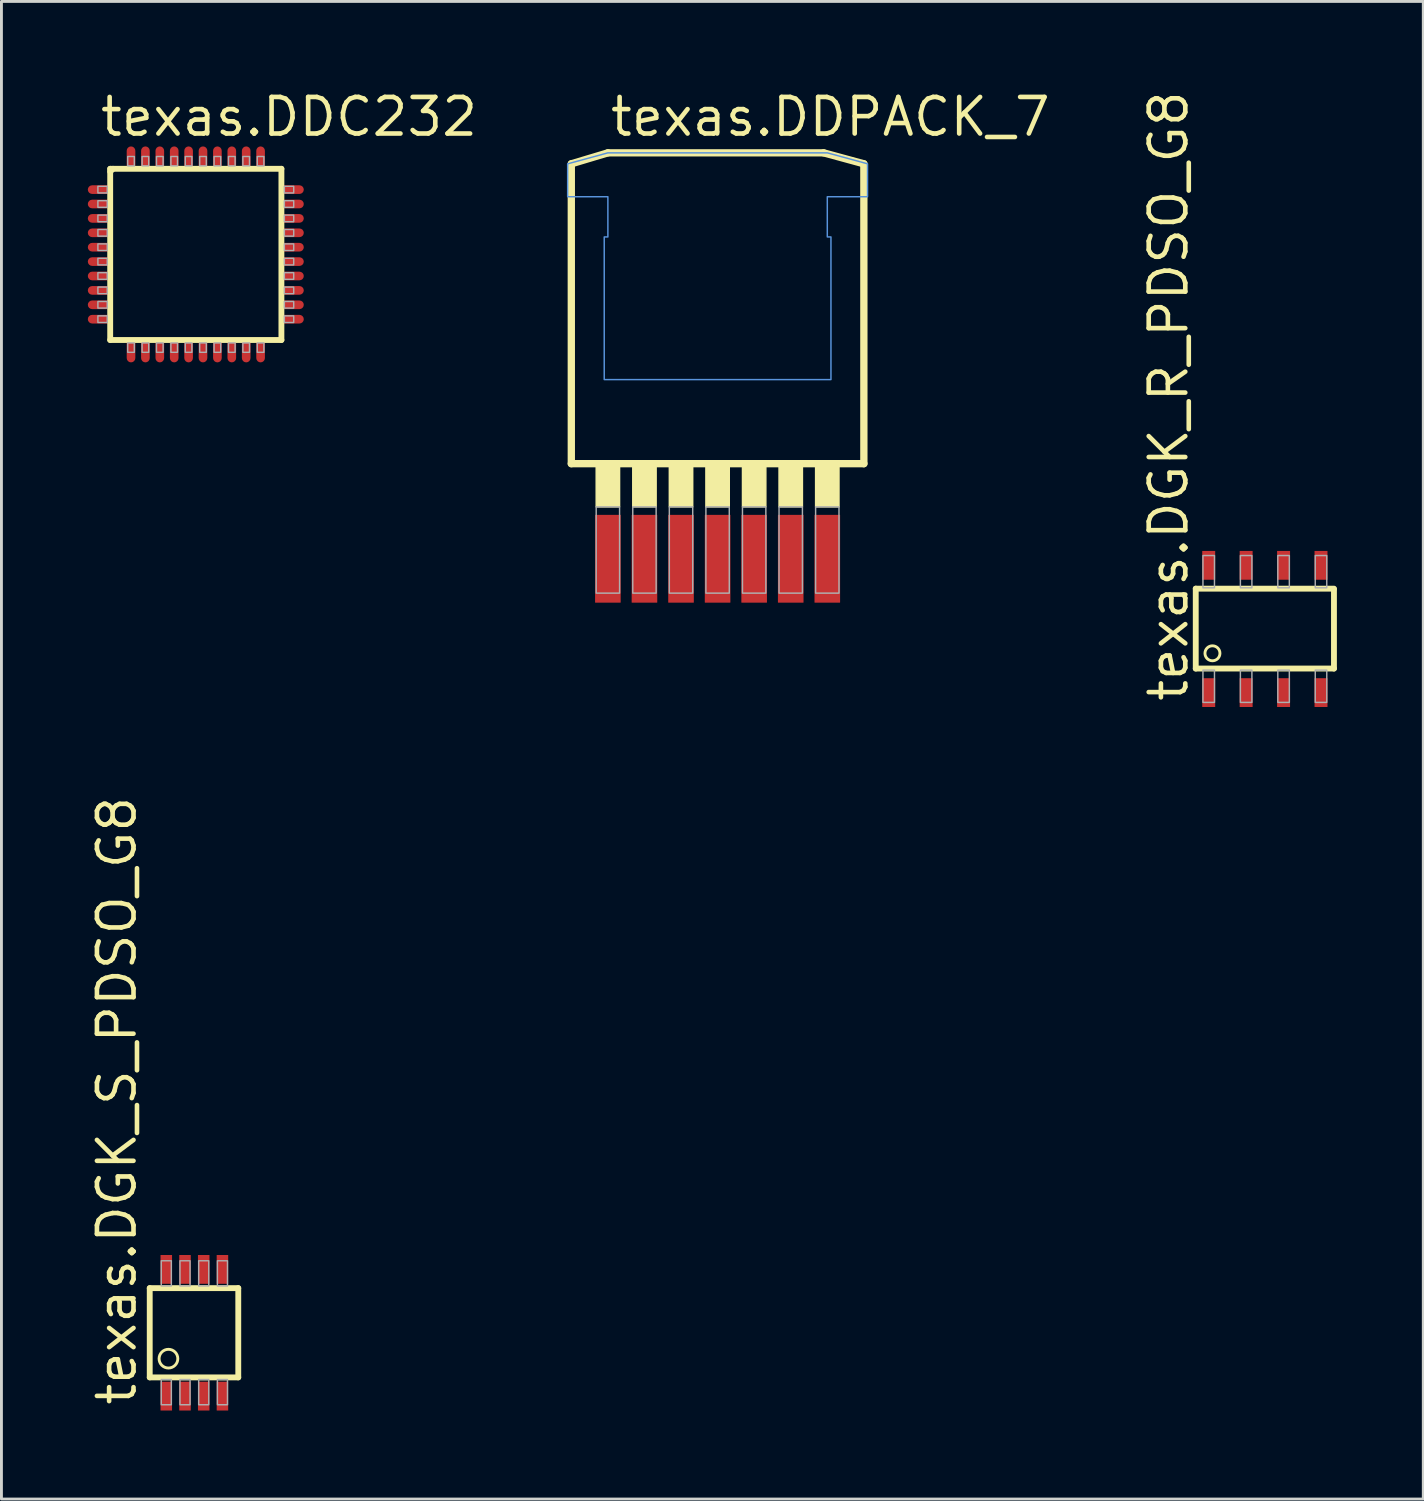
<source format=kicad_pcb>
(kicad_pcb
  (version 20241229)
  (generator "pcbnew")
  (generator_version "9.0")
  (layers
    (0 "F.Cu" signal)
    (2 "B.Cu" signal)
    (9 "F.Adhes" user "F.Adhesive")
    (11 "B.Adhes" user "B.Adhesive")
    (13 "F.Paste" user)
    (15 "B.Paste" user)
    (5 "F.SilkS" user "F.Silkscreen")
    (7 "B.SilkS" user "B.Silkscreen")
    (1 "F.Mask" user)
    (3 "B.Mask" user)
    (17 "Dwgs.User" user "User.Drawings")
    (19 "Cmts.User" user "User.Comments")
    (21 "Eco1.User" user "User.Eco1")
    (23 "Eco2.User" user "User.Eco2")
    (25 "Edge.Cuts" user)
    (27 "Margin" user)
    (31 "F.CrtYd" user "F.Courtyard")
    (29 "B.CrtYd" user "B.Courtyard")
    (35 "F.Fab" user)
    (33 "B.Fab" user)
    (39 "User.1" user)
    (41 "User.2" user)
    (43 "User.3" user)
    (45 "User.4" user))
  (footprint "texas.DGK_R_PDSO_G8"
    (layer "F.Cu")
    (at 40.877 18.793)
    (property "Reference" "texas.DGK_R_PDSO_G8" (at -2.6 2.6 90) (layer "F.SilkS") (effects (font (size 1.27 1.27) (thickness 0.16)) (justify left bottom)))
    (attr smd)
    (fp_line (start -2.4 -1.4) (end 2.4 -1.4) (stroke (width 0.203) (type default)) (layer "F.SilkS"))
    (fp_line (start -2.4 1.375) (end -2.4 -1.4) (stroke (width 0.203) (type default)) (layer "F.SilkS"))
    (fp_line (start 2.4 -1.375) (end 2.4 1.375) (stroke (width 0.203) (type default)) (layer "F.SilkS"))
    (fp_line (start 2.4 1.375) (end -2.4 1.375) (stroke (width 0.203) (type default)) (layer "F.SilkS"))
    (fp_circle (center -1.82 0.845) (end -1.56 0.845) (stroke (width 0.1) (type default)) (fill no) (layer "F.SilkS"))
    (fp_rect (start -2.15 -1.43) (end -1.75 -2.55) (stroke (width 0.05) (type default)) (fill no) (layer "F.Fab"))
    (fp_rect (start -2.15 2.55) (end -1.75 1.43) (stroke (width 0.05) (type default)) (fill no) (layer "F.Fab"))
    (fp_rect (start -0.85 -1.43) (end -0.45 -2.55) (stroke (width 0.05) (type default)) (fill no) (layer "F.Fab"))
    (fp_rect (start -0.85 2.55) (end -0.45 1.43) (stroke (width 0.05) (type default)) (fill no) (layer "F.Fab"))
    (fp_rect (start 0.45 -1.43) (end 0.85 -2.55) (stroke (width 0.05) (type default)) (fill no) (layer "F.Fab"))
    (fp_rect (start 0.45 2.55) (end 0.85 1.43) (stroke (width 0.05) (type default)) (fill no) (layer "F.Fab"))
    (fp_rect (start 1.75 -1.43) (end 2.15 -2.55) (stroke (width 0.05) (type default)) (fill no) (layer "F.Fab"))
    (fp_rect (start 1.75 2.55) (end 2.15 1.43) (stroke (width 0.05) (type default)) (fill no) (layer "F.Fab"))
    (pad "1" smd roundrect (at -1.95 2.21) (size 0.45 1) (layers "F.Cu" "F.Mask" "F.Paste") (roundrect_rratio 0.01))
    (pad "2" smd roundrect (at -0.65 2.21) (size 0.45 1) (layers "F.Cu" "F.Mask" "F.Paste") (roundrect_rratio 0.01))
    (pad "3" smd roundrect (at 0.65 2.21) (size 0.45 1) (layers "F.Cu" "F.Mask" "F.Paste") (roundrect_rratio 0.01))
    (pad "4" smd roundrect (at 1.95 2.21) (size 0.45 1) (layers "F.Cu" "F.Mask" "F.Paste") (roundrect_rratio 0.01))
    (pad "5" smd roundrect (at 1.95 -2.21) (size 0.45 1) (layers "F.Cu" "F.Mask" "F.Paste") (roundrect_rratio 0.01))
    (pad "6" smd roundrect (at 0.65 -2.21) (size 0.45 1) (layers "F.Cu" "F.Mask" "F.Paste") (roundrect_rratio 0.01))
    (pad "7" smd roundrect (at -0.65 -2.21) (size 0.45 1) (layers "F.Cu" "F.Mask" "F.Paste") (roundrect_rratio 0.01))
    (pad "8" smd roundrect (at -1.95 -2.21) (size 0.45 1) (layers "F.Cu" "F.Mask" "F.Paste") (roundrect_rratio 0.01)))
  (footprint "texas.DDC232"
    (layer "F.Cu")
    (at 3.75 5.785)
    (property "Reference" "texas.DDC232" (at -3.4 -4.035 0) (layer "F.SilkS") (effects (font (size 1.27 1.27) (thickness 0.16)) (justify left bottom)))
    (attr smd)
    (fp_line (start -2.973 -2.973) (end -2.973 2.973) (stroke (width 0.203) (type default)) (layer "F.SilkS"))
    (fp_line (start -2.973 -2.875) (end -2.875 -2.973) (stroke (width 0.203) (type default)) (layer "F.SilkS"))
    (fp_line (start -2.973 2.973) (end 2.973 2.973) (stroke (width 0.203) (type default)) (layer "F.SilkS"))
    (fp_line (start 2.973 -2.973) (end -2.973 -2.973) (stroke (width 0.203) (type default)) (layer "F.SilkS"))
    (fp_line (start 2.973 2.973) (end 2.973 -2.973) (stroke (width 0.203) (type default)) (layer "F.SilkS"))
    (fp_rect (start -3.4 -2.135) (end -3.075 -2.365) (stroke (width 0.05) (type default)) (fill no) (layer "F.Fab"))
    (fp_rect (start -3.4 -1.635) (end -3.075 -1.865) (stroke (width 0.05) (type default)) (fill no) (layer "F.Fab"))
    (fp_rect (start -3.4 -1.135) (end -3.075 -1.365) (stroke (width 0.05) (type default)) (fill no) (layer "F.Fab"))
    (fp_rect (start -3.4 -0.635) (end -3.075 -0.865) (stroke (width 0.05) (type default)) (fill no) (layer "F.Fab"))
    (fp_rect (start -3.4 -0.135) (end -3.075 -0.365) (stroke (width 0.05) (type default)) (fill no) (layer "F.Fab"))
    (fp_rect (start -3.4 0.365) (end -3.075 0.135) (stroke (width 0.05) (type default)) (fill no) (layer "F.Fab"))
    (fp_rect (start -3.4 0.865) (end -3.075 0.635) (stroke (width 0.05) (type default)) (fill no) (layer "F.Fab"))
    (fp_rect (start -3.4 1.365) (end -3.075 1.135) (stroke (width 0.05) (type default)) (fill no) (layer "F.Fab"))
    (fp_rect (start -3.4 1.865) (end -3.075 1.635) (stroke (width 0.05) (type default)) (fill no) (layer "F.Fab"))
    (fp_rect (start -3.4 2.365) (end -3.075 2.135) (stroke (width 0.05) (type default)) (fill no) (layer "F.Fab"))
    (fp_rect (start -2.365 -3.075) (end -2.135 -3.4) (stroke (width 0.05) (type default)) (fill no) (layer "F.Fab"))
    (fp_rect (start -2.365 3.4) (end -2.135 3.075) (stroke (width 0.05) (type default)) (fill no) (layer "F.Fab"))
    (fp_rect (start -1.865 -3.075) (end -1.635 -3.4) (stroke (width 0.05) (type default)) (fill no) (layer "F.Fab"))
    (fp_rect (start -1.865 3.4) (end -1.635 3.075) (stroke (width 0.05) (type default)) (fill no) (layer "F.Fab"))
    (fp_rect (start -1.365 -3.075) (end -1.135 -3.4) (stroke (width 0.05) (type default)) (fill no) (layer "F.Fab"))
    (fp_rect (start -1.365 3.4) (end -1.135 3.075) (stroke (width 0.05) (type default)) (fill no) (layer "F.Fab"))
    (fp_rect (start -0.865 -3.075) (end -0.635 -3.4) (stroke (width 0.05) (type default)) (fill no) (layer "F.Fab"))
    (fp_rect (start -0.865 3.4) (end -0.635 3.075) (stroke (width 0.05) (type default)) (fill no) (layer "F.Fab"))
    (fp_rect (start -0.365 -3.075) (end -0.135 -3.4) (stroke (width 0.05) (type default)) (fill no) (layer "F.Fab"))
    (fp_rect (start -0.365 3.4) (end -0.135 3.075) (stroke (width 0.05) (type default)) (fill no) (layer "F.Fab"))
    (fp_rect (start 0.135 -3.075) (end 0.365 -3.4) (stroke (width 0.05) (type default)) (fill no) (layer "F.Fab"))
    (fp_rect (start 0.135 3.4) (end 0.365 3.075) (stroke (width 0.05) (type default)) (fill no) (layer "F.Fab"))
    (fp_rect (start 0.635 -3.075) (end 0.865 -3.4) (stroke (width 0.05) (type default)) (fill no) (layer "F.Fab"))
    (fp_rect (start 0.635 3.4) (end 0.865 3.075) (stroke (width 0.05) (type default)) (fill no) (layer "F.Fab"))
    (fp_rect (start 1.135 -3.075) (end 1.365 -3.4) (stroke (width 0.05) (type default)) (fill no) (layer "F.Fab"))
    (fp_rect (start 1.135 3.4) (end 1.365 3.075) (stroke (width 0.05) (type default)) (fill no) (layer "F.Fab"))
    (fp_rect (start 1.635 -3.075) (end 1.865 -3.4) (stroke (width 0.05) (type default)) (fill no) (layer "F.Fab"))
    (fp_rect (start 1.635 3.4) (end 1.865 3.075) (stroke (width 0.05) (type default)) (fill no) (layer "F.Fab"))
    (fp_rect (start 2.135 -3.075) (end 2.365 -3.4) (stroke (width 0.05) (type default)) (fill no) (layer "F.Fab"))
    (fp_rect (start 2.135 3.4) (end 2.365 3.075) (stroke (width 0.05) (type default)) (fill no) (layer "F.Fab"))
    (fp_rect (start 3.075 -2.135) (end 3.4 -2.365) (stroke (width 0.05) (type default)) (fill no) (layer "F.Fab"))
    (fp_rect (start 3.075 -1.635) (end 3.4 -1.865) (stroke (width 0.05) (type default)) (fill no) (layer "F.Fab"))
    (fp_rect (start 3.075 -1.135) (end 3.4 -1.365) (stroke (width 0.05) (type default)) (fill no) (layer "F.Fab"))
    (fp_rect (start 3.075 -0.635) (end 3.4 -0.865) (stroke (width 0.05) (type default)) (fill no) (layer "F.Fab"))
    (fp_rect (start 3.075 -0.135) (end 3.4 -0.365) (stroke (width 0.05) (type default)) (fill no) (layer "F.Fab"))
    (fp_rect (start 3.075 0.365) (end 3.4 0.135) (stroke (width 0.05) (type default)) (fill no) (layer "F.Fab"))
    (fp_rect (start 3.075 0.865) (end 3.4 0.635) (stroke (width 0.05) (type default)) (fill no) (layer "F.Fab"))
    (fp_rect (start 3.075 1.365) (end 3.4 1.135) (stroke (width 0.05) (type default)) (fill no) (layer "F.Fab"))
    (fp_rect (start 3.075 1.865) (end 3.4 1.635) (stroke (width 0.05) (type default)) (fill no) (layer "F.Fab"))
    (fp_rect (start 3.075 2.365) (end 3.4 2.135) (stroke (width 0.05) (type default)) (fill no) (layer "F.Fab"))
    (pad "1" smd roundrect (at -3.325 -2.25) (size 0.85 0.3) (layers "F.Cu" "F.Mask" "F.Paste") (roundrect_rratio 0.5))
    (pad "2" smd roundrect (at -3.325 -1.75) (size 0.85 0.3) (layers "F.Cu" "F.Mask" "F.Paste") (roundrect_rratio 0.5))
    (pad "3" smd roundrect (at -3.325 -1.25) (size 0.85 0.3) (layers "F.Cu" "F.Mask" "F.Paste") (roundrect_rratio 0.5))
    (pad "4" smd roundrect (at -3.325 -0.75) (size 0.85 0.3) (layers "F.Cu" "F.Mask" "F.Paste") (roundrect_rratio 0.5))
    (pad "5" smd roundrect (at -3.325 -0.25) (size 0.85 0.3) (layers "F.Cu" "F.Mask" "F.Paste") (roundrect_rratio 0.5))
    (pad "6" smd roundrect (at -3.325 0.25) (size 0.85 0.3) (layers "F.Cu" "F.Mask" "F.Paste") (roundrect_rratio 0.5))
    (pad "7" smd roundrect (at -3.325 0.75) (size 0.85 0.3) (layers "F.Cu" "F.Mask" "F.Paste") (roundrect_rratio 0.5))
    (pad "8" smd roundrect (at -3.325 1.25) (size 0.85 0.3) (layers "F.Cu" "F.Mask" "F.Paste") (roundrect_rratio 0.5))
    (pad "9" smd roundrect (at -3.325 1.75) (size 0.85 0.3) (layers "F.Cu" "F.Mask" "F.Paste") (roundrect_rratio 0.5))
    (pad "10" smd roundrect (at -3.325 2.25) (size 0.85 0.3) (layers "F.Cu" "F.Mask" "F.Paste") (roundrect_rratio 0.5))
    (pad "11" smd roundrect (at -2.25 3.325) (size 0.3 0.85) (layers "F.Cu" "F.Mask" "F.Paste") (roundrect_rratio 0.5))
    (pad "12" smd roundrect (at -1.75 3.325) (size 0.3 0.85) (layers "F.Cu" "F.Mask" "F.Paste") (roundrect_rratio 0.5))
    (pad "13" smd roundrect (at -1.25 3.325) (size 0.3 0.85) (layers "F.Cu" "F.Mask" "F.Paste") (roundrect_rratio 0.5))
    (pad "14" smd roundrect (at -0.75 3.325) (size 0.3 0.85) (layers "F.Cu" "F.Mask" "F.Paste") (roundrect_rratio 0.5))
    (pad "15" smd roundrect (at -0.25 3.325) (size 0.3 0.85) (layers "F.Cu" "F.Mask" "F.Paste") (roundrect_rratio 0.5))
    (pad "16" smd roundrect (at 0.25 3.325) (size 0.3 0.85) (layers "F.Cu" "F.Mask" "F.Paste") (roundrect_rratio 0.5))
    (pad "17" smd roundrect (at 0.75 3.325) (size 0.3 0.85) (layers "F.Cu" "F.Mask" "F.Paste") (roundrect_rratio 0.5))
    (pad "18" smd roundrect (at 1.25 3.325) (size 0.3 0.85) (layers "F.Cu" "F.Mask" "F.Paste") (roundrect_rratio 0.5))
    (pad "19" smd roundrect (at 1.75 3.325) (size 0.3 0.85) (layers "F.Cu" "F.Mask" "F.Paste") (roundrect_rratio 0.5))
    (pad "20" smd roundrect (at 2.25 3.325) (size 0.3 0.85) (layers "F.Cu" "F.Mask" "F.Paste") (roundrect_rratio 0.5))
    (pad "21" smd roundrect (at 3.325 2.25) (size 0.85 0.3) (layers "F.Cu" "F.Mask" "F.Paste") (roundrect_rratio 0.5))
    (pad "22" smd roundrect (at 3.325 1.75) (size 0.85 0.3) (layers "F.Cu" "F.Mask" "F.Paste") (roundrect_rratio 0.5))
    (pad "23" smd roundrect (at 3.325 1.25) (size 0.85 0.3) (layers "F.Cu" "F.Mask" "F.Paste") (roundrect_rratio 0.5))
    (pad "24" smd roundrect (at 3.325 0.75) (size 0.85 0.3) (layers "F.Cu" "F.Mask" "F.Paste") (roundrect_rratio 0.5))
    (pad "25" smd roundrect (at 3.325 0.25) (size 0.85 0.3) (layers "F.Cu" "F.Mask" "F.Paste") (roundrect_rratio 0.5))
    (pad "26" smd roundrect (at 3.325 -0.25) (size 0.85 0.3) (layers "F.Cu" "F.Mask" "F.Paste") (roundrect_rratio 0.5))
    (pad "27" smd roundrect (at 3.325 -0.75) (size 0.85 0.3) (layers "F.Cu" "F.Mask" "F.Paste") (roundrect_rratio 0.5))
    (pad "28" smd roundrect (at 3.325 -1.25) (size 0.85 0.3) (layers "F.Cu" "F.Mask" "F.Paste") (roundrect_rratio 0.5))
    (pad "29" smd roundrect (at 3.325 -1.75) (size 0.85 0.3) (layers "F.Cu" "F.Mask" "F.Paste") (roundrect_rratio 0.5))
    (pad "30" smd roundrect (at 3.325 -2.25) (size 0.85 0.3) (layers "F.Cu" "F.Mask" "F.Paste") (roundrect_rratio 0.5))
    (pad "31" smd roundrect (at 2.25 -3.325) (size 0.3 0.85) (layers "F.Cu" "F.Mask" "F.Paste") (roundrect_rratio 0.5))
    (pad "32" smd roundrect (at 1.75 -3.325) (size 0.3 0.85) (layers "F.Cu" "F.Mask" "F.Paste") (roundrect_rratio 0.5))
    (pad "33" smd roundrect (at 1.25 -3.325) (size 0.3 0.85) (layers "F.Cu" "F.Mask" "F.Paste") (roundrect_rratio 0.5))
    (pad "34" smd roundrect (at 0.75 -3.325) (size 0.3 0.85) (layers "F.Cu" "F.Mask" "F.Paste") (roundrect_rratio 0.5))
    (pad "35" smd roundrect (at 0.25 -3.325) (size 0.3 0.85) (layers "F.Cu" "F.Mask" "F.Paste") (roundrect_rratio 0.5))
    (pad "36" smd roundrect (at -0.25 -3.325) (size 0.3 0.85) (layers "F.Cu" "F.Mask" "F.Paste") (roundrect_rratio 0.5))
    (pad "37" smd roundrect (at -0.75 -3.325) (size 0.3 0.85) (layers "F.Cu" "F.Mask" "F.Paste") (roundrect_rratio 0.5))
    (pad "38" smd roundrect (at -1.25 -3.325) (size 0.3 0.85) (layers "F.Cu" "F.Mask" "F.Paste") (roundrect_rratio 0.5))
    (pad "39" smd roundrect (at -1.75 -3.325) (size 0.3 0.85) (layers "F.Cu" "F.Mask" "F.Paste") (roundrect_rratio 0.5))
    (pad "40" smd roundrect (at -2.25 -3.325) (size 0.3 0.85) (layers "F.Cu" "F.Mask" "F.Paste") (roundrect_rratio 0.5)))
  (footprint "texas.DGK_S_PDSO_G8"
    (layer "F.Cu")
    (at 3.7 43.235)
    (property "Reference" "texas.DGK_S_PDSO_G8" (at -1.95 2.6 90) (layer "F.SilkS") (effects (font (size 1.27 1.27) (thickness 0.16)) (justify left bottom)))
    (attr smd)
    (fp_rect (start -1.2 -1.65) (end -0.75 -2.75) (stroke (width 0.05) (type default)) (fill yes) (layer "F.Mask"))
    (fp_rect (start -1.2 2.75) (end -0.75 1.65) (stroke (width 0.05) (type default)) (fill yes) (layer "F.Mask"))
    (fp_rect (start -0.55 -1.65) (end -0.1 -2.75) (stroke (width 0.05) (type default)) (fill yes) (layer "F.Mask"))
    (fp_rect (start -0.55 2.75) (end -0.1 1.65) (stroke (width 0.05) (type default)) (fill yes) (layer "F.Mask"))
    (fp_rect (start 0.1 -1.65) (end 0.55 -2.75) (stroke (width 0.05) (type default)) (fill yes) (layer "F.Mask"))
    (fp_rect (start 0.1 2.75) (end 0.55 1.65) (stroke (width 0.05) (type default)) (fill yes) (layer "F.Mask"))
    (fp_rect (start 0.75 -1.65) (end 1.2 -2.75) (stroke (width 0.05) (type default)) (fill yes) (layer "F.Mask"))
    (fp_rect (start 0.75 2.75) (end 1.2 1.65) (stroke (width 0.05) (type default)) (fill yes) (layer "F.Mask"))
    (fp_line (start -1.55 -1.55) (end 1.525 -1.55) (stroke (width 0.203) (type default)) (layer "F.SilkS"))
    (fp_line (start -1.55 1.55) (end -1.55 -1.55) (stroke (width 0.203) (type default)) (layer "F.SilkS"))
    (fp_line (start 1.525 -1.55) (end 1.525 1.55) (stroke (width 0.203) (type default)) (layer "F.SilkS"))
    (fp_line (start 1.525 1.55) (end -1.55 1.55) (stroke (width 0.203) (type default)) (layer "F.SilkS"))
    (fp_circle (center -0.9 0.9) (end -0.575 0.9) (stroke (width 0.1) (type default)) (fill no) (layer "F.SilkS"))
    (fp_rect (start -1.15 -1.625) (end -0.8 -2.5) (stroke (width 0.05) (type default)) (fill no) (layer "F.Fab"))
    (fp_rect (start -1.15 2.5) (end -0.8 1.625) (stroke (width 0.05) (type default)) (fill no) (layer "F.Fab"))
    (fp_rect (start -0.5 -1.625) (end -0.15 -2.5) (stroke (width 0.05) (type default)) (fill no) (layer "F.Fab"))
    (fp_rect (start -0.5 2.5) (end -0.15 1.625) (stroke (width 0.05) (type default)) (fill no) (layer "F.Fab"))
    (fp_rect (start 0.15 -1.625) (end 0.5 -2.5) (stroke (width 0.05) (type default)) (fill no) (layer "F.Fab"))
    (fp_rect (start 0.15 2.5) (end 0.5 1.625) (stroke (width 0.05) (type default)) (fill no) (layer "F.Fab"))
    (fp_rect (start 0.8 -1.625) (end 1.15 -2.5) (stroke (width 0.05) (type default)) (fill no) (layer "F.Fab"))
    (fp_rect (start 0.8 2.5) (end 1.15 1.625) (stroke (width 0.05) (type default)) (fill no) (layer "F.Fab"))
    (pad "1" smd roundrect (at -0.975 2.2) (size 0.4 1) (layers "F.Cu" "F.Mask" "F.Paste") (roundrect_rratio 0.01))
    (pad "2" smd roundrect (at -0.325 2.2) (size 0.4 1) (layers "F.Cu" "F.Mask" "F.Paste") (roundrect_rratio 0.01))
    (pad "3" smd roundrect (at 0.325 2.2) (size 0.4 1) (layers "F.Cu" "F.Mask" "F.Paste") (roundrect_rratio 0.01))
    (pad "4" smd roundrect (at 0.975 2.2) (size 0.4 1) (layers "F.Cu" "F.Mask" "F.Paste") (roundrect_rratio 0.01))
    (pad "5" smd roundrect (at 0.975 -2.2 180) (size 0.4 1) (layers "F.Cu" "F.Mask" "F.Paste") (roundrect_rratio 0.01))
    (pad "6" smd roundrect (at 0.325 -2.2 180) (size 0.4 1) (layers "F.Cu" "F.Mask" "F.Paste") (roundrect_rratio 0.01))
    (pad "7" smd roundrect (at -0.325 -2.2 180) (size 0.4 1) (layers "F.Cu" "F.Mask" "F.Paste") (roundrect_rratio 0.01))
    (pad "8" smd roundrect (at -0.975 -2.2 180) (size 0.4 1) (layers "F.Cu" "F.Mask" "F.Paste") (roundrect_rratio 0.01)))
  (footprint "texas.DDPACK_7"
    (layer "F.Cu")
    (at 21.871 8.1)
    (property "Reference" "texas.DDPACK_7" (at -3.81 -6.35 0) (layer "F.SilkS") (effects (font (size 1.27 1.27) (thickness 0.16)) (justify left bottom)))
    (attr smd)
    (fp_line (start -5.08 -5.461) (end -5.08 4.953) (stroke (width 0.254) (type default)) (layer "F.SilkS"))
    (fp_line (start -5.08 4.953) (end 5.08 4.953) (stroke (width 0.254) (type default)) (layer "F.SilkS"))
    (fp_line (start -3.81 -5.842) (end -5.08 -5.461) (stroke (width 0.254) (type default)) (layer "F.SilkS"))
    (fp_line (start 3.683 -5.842) (end -3.81 -5.842) (stroke (width 0.254) (type default)) (layer "F.SilkS"))
    (fp_line (start 5.08 -5.461) (end 3.683 -5.842) (stroke (width 0.254) (type default)) (layer "F.SilkS"))
    (fp_line (start 5.08 4.953) (end 5.08 -5.461) (stroke (width 0.254) (type default)) (layer "F.SilkS"))
    (fp_rect (start -4.216 6.452) (end -3.404 5.029) (stroke (width 0.05) (type default)) (fill yes) (layer "F.SilkS"))
    (fp_rect (start -2.946 6.452) (end -2.134 5.029) (stroke (width 0.05) (type default)) (fill yes) (layer "F.SilkS"))
    (fp_rect (start -1.676 6.452) (end -0.864 5.029) (stroke (width 0.05) (type default)) (fill yes) (layer "F.SilkS"))
    (fp_rect (start -0.406 6.452) (end 0.406 5.029) (stroke (width 0.05) (type default)) (fill yes) (layer "F.SilkS"))
    (fp_rect (start 0.864 6.452) (end 1.676 5.029) (stroke (width 0.05) (type default)) (fill yes) (layer "F.SilkS"))
    (fp_rect (start 2.134 6.452) (end 2.946 5.029) (stroke (width 0.05) (type default)) (fill yes) (layer "F.SilkS"))
    (fp_rect (start 3.404 6.452) (end 4.216 5.029) (stroke (width 0.05) (type default)) (fill yes) (layer "F.SilkS"))
    (fp_poly (pts (xy -5.207 -4.318) (xy -3.81 -4.318) (xy -3.81 -2.921) (xy -3.937 -2.921) (xy -3.937 2.032) (xy 3.937 2.032) (xy 3.937 -2.921) (xy 3.81 -2.921) (xy 3.81 -4.318) (xy 5.207 -4.318) (xy 5.207 -5.461) (xy 3.81 -5.842) (xy -3.81 -5.842) (xy -5.207 -5.461)) (stroke (width 0.051) (type default)) (fill no) (layer "Cmts.User"))
    (fp_rect (start -4.216 9.449) (end -3.404 6.452) (stroke (width 0.05) (type default)) (fill no) (layer "F.Fab"))
    (fp_rect (start -2.946 9.449) (end -2.134 6.452) (stroke (width 0.05) (type default)) (fill no) (layer "F.Fab"))
    (fp_rect (start -1.676 9.449) (end -0.864 6.452) (stroke (width 0.05) (type default)) (fill no) (layer "F.Fab"))
    (fp_rect (start -0.406 9.449) (end 0.406 6.452) (stroke (width 0.05) (type default)) (fill no) (layer "F.Fab"))
    (fp_rect (start 0.864 9.449) (end 1.676 6.452) (stroke (width 0.05) (type default)) (fill no) (layer "F.Fab"))
    (fp_rect (start 2.134 9.449) (end 2.946 6.452) (stroke (width 0.05) (type default)) (fill no) (layer "F.Fab"))
    (fp_rect (start 3.404 9.449) (end 4.216 6.452) (stroke (width 0.05) (type default)) (fill no) (layer "F.Fab"))
    (pad "1" smd roundrect (at -3.81 8.255) (size 0.889 3.048) (layers "F.Cu" "F.Mask" "F.Paste") (roundrect_rratio 0.01))
    (pad "2" smd roundrect (at -2.54 8.255) (size 0.889 3.048) (layers "F.Cu" "F.Mask" "F.Paste") (roundrect_rratio 0.01))
    (pad "3" smd roundrect (at -1.27 8.255) (size 0.889 3.048) (layers "F.Cu" "F.Mask" "F.Paste") (roundrect_rratio 0.01))
    (pad "4" smd roundrect (at 0 8.255) (size 0.889 3.048) (layers "F.Cu" "F.Mask" "F.Paste") (roundrect_rratio 0.01))
    (pad "5" smd roundrect (at 1.27 8.255) (size 0.889 3.048) (layers "F.Cu" "F.Mask" "F.Paste") (roundrect_rratio 0.01))
    (pad "6" smd roundrect (at 2.54 8.255) (size 0.889 3.048) (layers "F.Cu" "F.Mask" "F.Paste") (roundrect_rratio 0.01))
    (pad "7" smd roundrect (at 3.81 8.255) (size 0.889 3.048) (layers "F.Cu" "F.Mask" "F.Paste") (roundrect_rratio 0.01)))
  (gr_rect
    (start -3 -3)
    (end 46.379 49.01)
    (stroke (width 0.1) (type default))
    (fill no)
    (layer "Edge.Cuts")))
</source>
